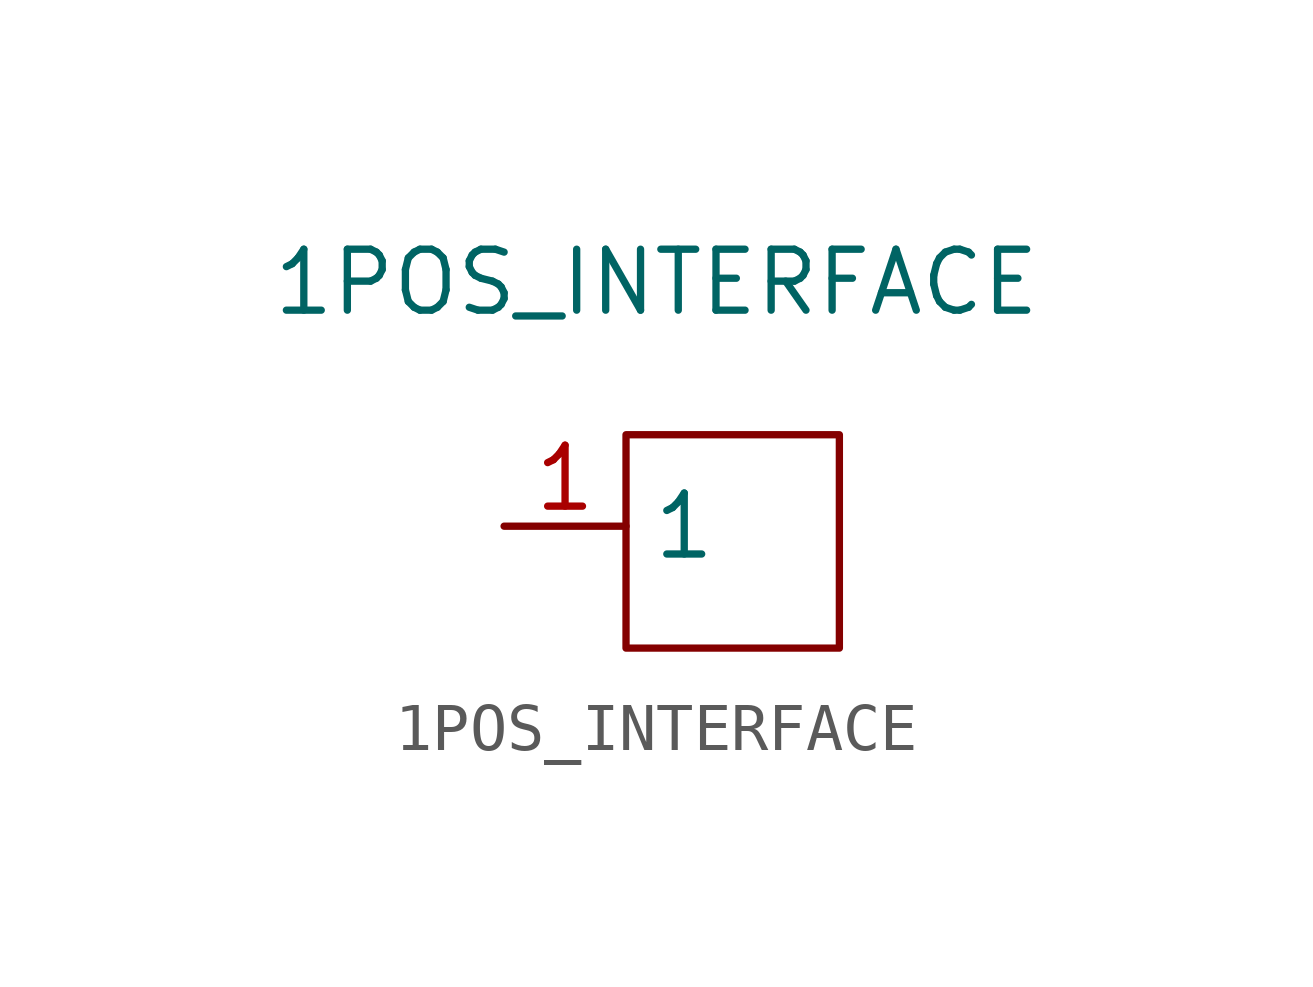
<source format=kicad_sym>
(kicad_symbol_lib
  (version 20211014)
  (generator kicad_symbol_editor)
  (symbol "1POS_INTERFACE"
    (property "Reference" "U"
      (at 0 0 0)
      (effects (font (size 1.27 1.27)) hide))
    (property "Value" "1POS_INTERFACE"
      (at 0.635 5.08 0)
      (effects (font (size 1.27 1.27))))
    (symbol "1POS_INTERFACE_0_1"
      (polyline (pts (xy 0 -2.54) (xy 0 1.905) (xy 4.445 1.905) (xy 4.445 -2.54) (xy 0 -2.54)) (stroke (width 0) (type default) (color 0 0 0 0)) (fill (type none))))
    (symbol "1POS_INTERFACE_1_1"
      (pin input line (at -2.54 0 0) (length 2.54) (name "1" (effects (font (size 1.27 1.27)))) (number "1" (effects (font (size 1.27 1.27))))))))
</source>
